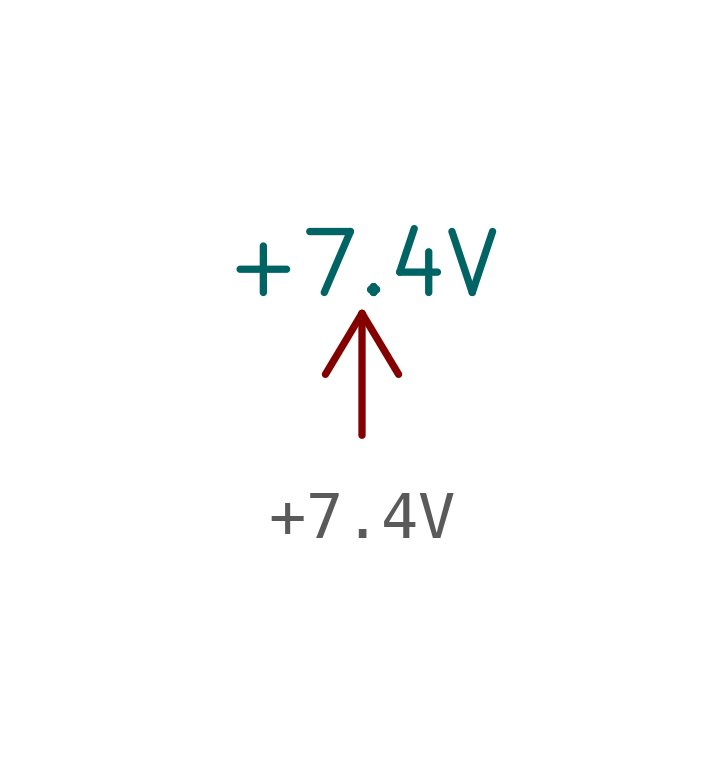
<source format=kicad_sym>
(kicad_symbol_lib
  (version 20211014)
  (generator kicad_symbol_editor)
  (symbol "+7.4V"
    (power)
    (pin_names
      (offset 0))
    (property "Reference" "#PWR"
      (at 0 -3.81 0)
      (effects (font (size 1.27 1.27)) hide))
    (property "Value" "+7.4V"
      (at 0 3.556 0)
      (effects (font (size 1.27 1.27))))
    (symbol "+7.4V_0_1"
      (polyline (pts (xy -0.762 1.27) (xy 0 2.54)) (stroke (width 0) (type default) (color 0 0 0 0)) (fill (type none)))
      (polyline (pts (xy 0 0) (xy 0 2.54)) (stroke (width 0) (type default) (color 0 0 0 0)) (fill (type none)))
      (polyline (pts (xy 0 2.54) (xy 0.762 1.27)) (stroke (width 0) (type default) (color 0 0 0 0)) (fill (type none))))
    (symbol "+7.4V_1_1"
      (pin power_in line (at 0 0 90) (length 0) hide (name "+7.4V" (effects (font (size 1.27 1.27)))) (number "1" (effects (font (size 1.27 1.27))))))))
</source>
